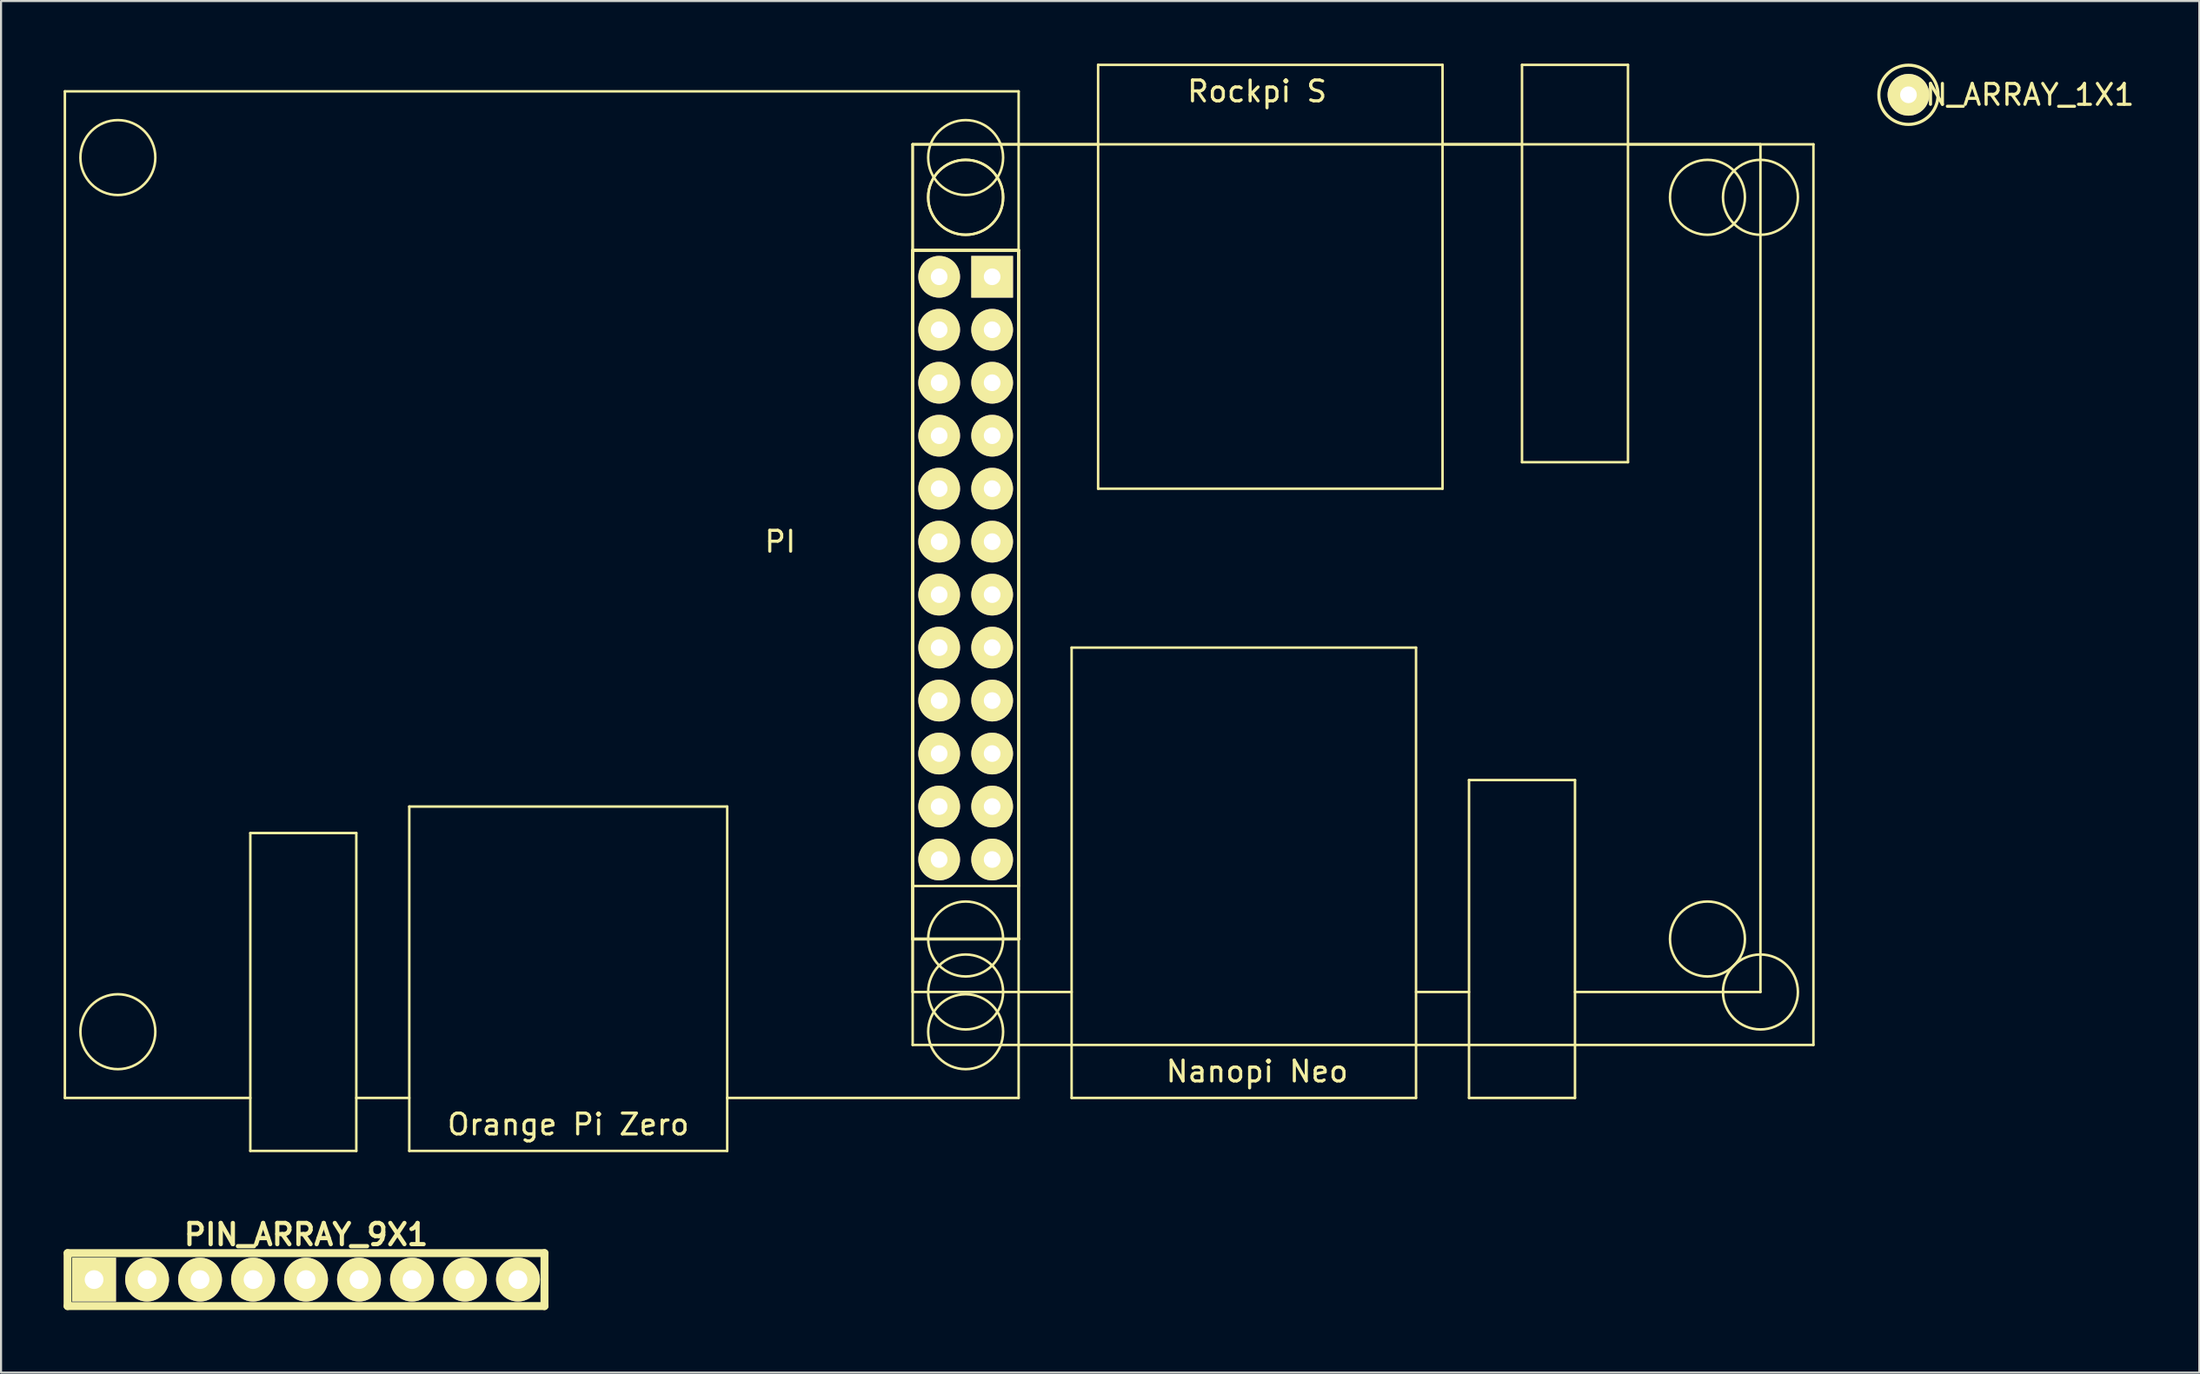
<source format=kicad_pcb>
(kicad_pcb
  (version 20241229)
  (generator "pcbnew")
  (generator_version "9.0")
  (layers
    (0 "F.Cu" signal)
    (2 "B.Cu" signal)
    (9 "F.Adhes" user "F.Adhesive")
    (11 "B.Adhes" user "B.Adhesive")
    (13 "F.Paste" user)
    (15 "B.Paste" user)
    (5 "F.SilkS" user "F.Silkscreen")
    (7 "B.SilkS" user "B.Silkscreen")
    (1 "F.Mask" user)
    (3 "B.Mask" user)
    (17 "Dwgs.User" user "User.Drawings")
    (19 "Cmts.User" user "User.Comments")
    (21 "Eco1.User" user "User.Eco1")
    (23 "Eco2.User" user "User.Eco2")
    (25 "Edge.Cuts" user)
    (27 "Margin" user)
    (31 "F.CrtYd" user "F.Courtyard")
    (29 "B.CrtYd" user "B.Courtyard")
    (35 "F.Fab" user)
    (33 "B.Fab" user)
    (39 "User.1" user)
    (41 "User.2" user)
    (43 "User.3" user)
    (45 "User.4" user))
  (footprint "PIN_ARRAY_9X1"
    (layer "F.Cu")
    (at 11.62 58.3)
    (property "Reference" "PIN_ARRAY_9X1" (at 0 -2.159 0) (layer "F.SilkS") (effects (font (size 1.016 1.016) (thickness 0.203))))
    (attr through_hole)
    (fp_line (start -11.43 -1.27) (end -11.43 1.27) (stroke (width 0.381) (type solid)) (layer "F.SilkS"))
    (fp_line (start -11.43 1.27) (end 11.43 1.27) (stroke (width 0.381) (type solid)) (layer "F.SilkS"))
    (fp_line (start 11.43 -1.27) (end -11.43 -1.27) (stroke (width 0.381) (type solid)) (layer "F.SilkS"))
    (fp_line (start 11.43 -1.27) (end 11.43 1.27) (stroke (width 0.381) (type solid)) (layer "F.SilkS"))
    (pad "1" thru_hole rect (at -10.16 0) (size 2.101 2.101) (drill 0.899) (layers "*.Cu" "*.Mask" "F.SilkS"))
    (pad "2" thru_hole circle (at -7.62 0) (size 2.101 2.101) (drill 0.899) (layers "*.Cu" "*.Mask" "F.SilkS"))
    (pad "3" thru_hole circle (at -5.08 0) (size 2.101 2.101) (drill 0.899) (layers "*.Cu" "*.Mask" "F.SilkS"))
    (pad "4" thru_hole circle (at -2.54 0) (size 2.101 2.101) (drill 0.899) (layers "*.Cu" "*.Mask" "F.SilkS"))
    (pad "5" thru_hole circle (at 0 0) (size 2.101 2.101) (drill 0.899) (layers "*.Cu" "*.Mask" "F.SilkS"))
    (pad "6" thru_hole circle (at 2.54 0) (size 2.101 2.101) (drill 0.899) (layers "*.Cu" "*.Mask" "F.SilkS"))
    (pad "7" thru_hole circle (at 5.08 0) (size 2.101 2.101) (drill 0.899) (layers "*.Cu" "*.Mask" "F.SilkS"))
    (pad "8" thru_hole circle (at 7.62 0) (size 2.101 2.101) (drill 0.899) (layers "*.Cu" "*.Mask" "F.SilkS"))
    (pad "9" thru_hole circle (at 10.16 0) (size 2.101 2.101) (drill 0.899) (layers "*.Cu" "*.Mask" "F.SilkS")))
  (footprint "PIN_ARRAY_1X1"
    (layer "F.Cu")
    (at 88.435 1.495)
    (property "Reference" "PIN_ARRAY_1X1" (at 5.08 0 0) (layer "F.SilkS") (effects (font (size 1 1) (thickness 0.15))))
    (attr through_hole)
    (fp_circle (center 0 0) (end 1.27 0.635) (stroke (width 0.15) (type solid)) (fill no) (layer "F.SilkS"))
    (pad "1" thru_hole circle (at 0 0) (size 2 2) (drill 0.8) (layers "*.Cu" "*.Mask" "F.SilkS")))
  (footprint "PI"
    (layer "F.Cu")
    (at 44.51 25.46)
    (property "Reference" "PI" (at -10.16 -2.54 180) (layer "F.SilkS") (effects (font (size 1 1) (thickness 0.15))))
    (attr through_hole)
    (fp_line (start -44.45 -24.13) (end -44.45 24.13) (stroke (width 0.12) (type solid)) (layer "F.SilkS"))
    (fp_line (start -35.56 11.43) (end -35.56 26.67) (stroke (width 0.12) (type solid)) (layer "F.SilkS"))
    (fp_line (start -35.56 24.13) (end -44.45 24.13) (stroke (width 0.12) (type solid)) (layer "F.SilkS"))
    (fp_line (start -30.48 11.43) (end -35.56 11.43) (stroke (width 0.12) (type solid)) (layer "F.SilkS"))
    (fp_line (start -30.48 11.43) (end -30.48 26.67) (stroke (width 0.12) (type solid)) (layer "F.SilkS"))
    (fp_line (start -30.48 26.67) (end -35.56 26.67) (stroke (width 0.12) (type solid)) (layer "F.SilkS"))
    (fp_line (start -27.94 10.16) (end -27.94 26.67) (stroke (width 0.12) (type solid)) (layer "F.SilkS"))
    (fp_line (start -27.94 24.13) (end -30.48 24.13) (stroke (width 0.12) (type solid)) (layer "F.SilkS"))
    (fp_line (start -12.7 10.16) (end -27.94 10.16) (stroke (width 0.12) (type solid)) (layer "F.SilkS"))
    (fp_line (start -12.7 10.16) (end -12.7 26.67) (stroke (width 0.12) (type solid)) (layer "F.SilkS"))
    (fp_line (start -12.7 26.67) (end -27.94 26.67) (stroke (width 0.12) (type solid)) (layer "F.SilkS"))
    (fp_line (start -3.81 -21.59) (end -3.81 -16.51) (stroke (width 0.12) (type solid)) (layer "F.SilkS"))
    (fp_line (start -3.81 -21.59) (end 5.08 -21.59) (stroke (width 0.12) (type solid)) (layer "F.SilkS"))
    (fp_line (start -3.81 -21.59) (end 36.83 -21.59) (stroke (width 0.12) (type solid)) (layer "F.SilkS"))
    (fp_line (start -3.81 -16.51) (end -3.81 16.51) (stroke (width 0.12) (type solid)) (layer "F.SilkS"))
    (fp_line (start -3.81 -16.51) (end 1.27 -16.51) (stroke (width 0.15) (type solid)) (layer "F.SilkS"))
    (fp_line (start -3.81 13.97) (end -3.81 -16.51) (stroke (width 0.12) (type solid)) (layer "F.SilkS"))
    (fp_line (start -3.81 16.51) (end -3.81 -16.51) (stroke (width 0.15) (type solid)) (layer "F.SilkS"))
    (fp_line (start -3.81 16.51) (end -3.81 21.59) (stroke (width 0.12) (type solid)) (layer "F.SilkS"))
    (fp_line (start -3.81 16.51) (end 1.27 16.51) (stroke (width 0.12) (type solid)) (layer "F.SilkS"))
    (fp_line (start -3.81 19.05) (end -3.81 -21.59) (stroke (width 0.12) (type solid)) (layer "F.SilkS"))
    (fp_line (start -3.81 21.59) (end 39.37 21.59) (stroke (width 0.12) (type solid)) (layer "F.SilkS"))
    (fp_line (start 1.27 -24.13) (end -44.45 -24.13) (stroke (width 0.12) (type solid)) (layer "F.SilkS"))
    (fp_line (start 1.27 -24.13) (end 1.27 -16.51) (stroke (width 0.12) (type solid)) (layer "F.SilkS"))
    (fp_line (start 1.27 -16.51) (end -3.81 -16.51) (stroke (width 0.12) (type solid)) (layer "F.SilkS"))
    (fp_line (start 1.27 -16.51) (end -3.81 -16.51) (stroke (width 0.12) (type solid)) (layer "F.SilkS"))
    (fp_line (start 1.27 -16.51) (end 1.27 13.97) (stroke (width 0.12) (type solid)) (layer "F.SilkS"))
    (fp_line (start 1.27 -16.51) (end 1.27 16.51) (stroke (width 0.15) (type solid)) (layer "F.SilkS"))
    (fp_line (start 1.27 13.97) (end -3.81 13.97) (stroke (width 0.12) (type solid)) (layer "F.SilkS"))
    (fp_line (start 1.27 16.51) (end -3.81 16.51) (stroke (width 0.15) (type solid)) (layer "F.SilkS"))
    (fp_line (start 1.27 16.51) (end 1.27 -16.51) (stroke (width 0.12) (type solid)) (layer "F.SilkS"))
    (fp_line (start 1.27 16.51) (end 1.27 24.13) (stroke (width 0.12) (type solid)) (layer "F.SilkS"))
    (fp_line (start 1.27 24.13) (end -12.7 24.13) (stroke (width 0.12) (type solid)) (layer "F.SilkS"))
    (fp_line (start 3.81 2.54) (end 3.81 24.13) (stroke (width 0.12) (type solid)) (layer "F.SilkS"))
    (fp_line (start 3.81 2.54) (end 20.32 2.54) (stroke (width 0.12) (type solid)) (layer "F.SilkS"))
    (fp_line (start 3.81 19.05) (end -3.81 19.05) (stroke (width 0.12) (type solid)) (layer "F.SilkS"))
    (fp_line (start 5.08 -25.4) (end 21.59 -25.4) (stroke (width 0.12) (type solid)) (layer "F.SilkS"))
    (fp_line (start 5.08 -5.08) (end 5.08 -25.4) (stroke (width 0.12) (type solid)) (layer "F.SilkS"))
    (fp_line (start 20.32 24.13) (end 3.81 24.13) (stroke (width 0.12) (type solid)) (layer "F.SilkS"))
    (fp_line (start 20.32 24.13) (end 20.32 2.54) (stroke (width 0.12) (type solid)) (layer "F.SilkS"))
    (fp_line (start 21.59 -25.4) (end 21.59 -5.08) (stroke (width 0.12) (type solid)) (layer "F.SilkS"))
    (fp_line (start 21.59 -5.08) (end 5.08 -5.08) (stroke (width 0.12) (type solid)) (layer "F.SilkS"))
    (fp_line (start 22.86 8.89) (end 22.86 24.13) (stroke (width 0.12) (type solid)) (layer "F.SilkS"))
    (fp_line (start 22.86 8.89) (end 27.94 8.89) (stroke (width 0.12) (type solid)) (layer "F.SilkS"))
    (fp_line (start 22.86 19.05) (end 20.32 19.05) (stroke (width 0.12) (type solid)) (layer "F.SilkS"))
    (fp_line (start 25.4 -25.4) (end 30.48 -25.4) (stroke (width 0.12) (type solid)) (layer "F.SilkS"))
    (fp_line (start 25.4 -21.59) (end 21.59 -21.59) (stroke (width 0.12) (type solid)) (layer "F.SilkS"))
    (fp_line (start 25.4 -6.35) (end 25.4 -25.4) (stroke (width 0.12) (type solid)) (layer "F.SilkS"))
    (fp_line (start 27.94 24.13) (end 22.86 24.13) (stroke (width 0.12) (type solid)) (layer "F.SilkS"))
    (fp_line (start 27.94 24.13) (end 27.94 8.89) (stroke (width 0.12) (type solid)) (layer "F.SilkS"))
    (fp_line (start 30.48 -25.4) (end 30.48 -6.35) (stroke (width 0.12) (type solid)) (layer "F.SilkS"))
    (fp_line (start 30.48 -21.59) (end 39.37 -21.59) (stroke (width 0.12) (type solid)) (layer "F.SilkS"))
    (fp_line (start 30.48 -6.35) (end 25.4 -6.35) (stroke (width 0.12) (type solid)) (layer "F.SilkS"))
    (fp_line (start 36.83 -21.59) (end 36.83 19.05) (stroke (width 0.12) (type solid)) (layer "F.SilkS"))
    (fp_line (start 36.83 19.05) (end 27.94 19.05) (stroke (width 0.12) (type solid)) (layer "F.SilkS"))
    (fp_line (start 39.37 -21.59) (end 39.37 21.59) (stroke (width 0.12) (type solid)) (layer "F.SilkS"))
    (fp_circle (center -41.91 -20.955) (end -40.64 -22.225) (stroke (width 0.12) (type solid)) (fill no) (layer "F.SilkS"))
    (fp_circle (center -41.91 20.955) (end -43.18 19.685) (stroke (width 0.12) (type solid)) (fill no) (layer "F.SilkS"))
    (fp_circle (center -1.27 -20.955) (end -2.54 -22.225) (stroke (width 0.12) (type solid)) (fill no) (layer "F.SilkS"))
    (fp_circle (center -1.27 -19.05) (end 0 -20.32) (stroke (width 0.12) (type solid)) (fill no) (layer "F.SilkS"))
    (fp_circle (center -1.27 -19.05) (end 0 -17.78) (stroke (width 0.12) (type solid)) (fill no) (layer "F.SilkS"))
    (fp_circle (center -1.27 16.51) (end -2.54 15.24) (stroke (width 0.12) (type solid)) (fill no) (layer "F.SilkS"))
    (fp_circle (center -1.27 19.05) (end 0 20.32) (stroke (width 0.12) (type solid)) (fill no) (layer "F.SilkS"))
    (fp_circle (center -1.27 20.955) (end -2.54 19.685) (stroke (width 0.12) (type solid)) (fill no) (layer "F.SilkS"))
    (fp_circle (center 34.29 -19.05) (end 33.02 -20.32) (stroke (width 0.12) (type solid)) (fill no) (layer "F.SilkS"))
    (fp_circle (center 34.29 16.51) (end 33.02 15.24) (stroke (width 0.12) (type solid)) (fill no) (layer "F.SilkS"))
    (fp_circle (center 36.83 -19.05) (end 38.1 -17.78) (stroke (width 0.12) (type solid)) (fill no) (layer "F.SilkS"))
    (fp_circle (center 36.83 19.05) (end 35.56 20.32) (stroke (width 0.12) (type solid)) (fill no) (layer "F.SilkS"))
    (fp_text user "Nanopi Neo" (at 12.7 22.86 0) (layer "F.SilkS") (effects (font (size 1 1) (thickness 0.15))))
    (fp_text user "Rockpi S" (at 12.7 -24.13 0) (layer "F.SilkS") (effects (font (size 1 1) (thickness 0.15))))
    (fp_text user "Orange Pi Zero" (at -20.32 25.4 0) (layer "F.SilkS") (effects (font (size 1 1) (thickness 0.15))))
    (pad "1" thru_hole rect (at 0 -15.24 270) (size 2 2) (drill 0.8) (layers "*.Cu" "*.Mask" "F.SilkS"))
    (pad "2" thru_hole circle (at -2.54 -15.24 270) (size 2 2) (drill 0.8) (layers "*.Cu" "*.Mask" "F.SilkS"))
    (pad "3" thru_hole circle (at 0 -12.7 270) (size 2 2) (drill 0.8) (layers "*.Cu" "*.Mask" "F.SilkS"))
    (pad "4" thru_hole circle (at -2.54 -12.7 270) (size 2 2) (drill 0.8) (layers "*.Cu" "*.Mask" "F.SilkS"))
    (pad "5" thru_hole circle (at 0 -10.16 270) (size 2 2) (drill 0.8) (layers "*.Cu" "*.Mask" "F.SilkS"))
    (pad "6" thru_hole circle (at -2.54 -10.16 270) (size 2 2) (drill 0.8) (layers "*.Cu" "*.Mask" "F.SilkS"))
    (pad "7" thru_hole circle (at 0 -7.62 270) (size 2 2) (drill 0.8) (layers "*.Cu" "*.Mask" "F.SilkS"))
    (pad "8" thru_hole circle (at -2.54 -7.62 270) (size 2 2) (drill 0.8) (layers "*.Cu" "*.Mask" "F.SilkS"))
    (pad "9" thru_hole circle (at 0 -5.08 270) (size 2 2) (drill 0.8) (layers "*.Cu" "*.Mask" "F.SilkS"))
    (pad "10" thru_hole circle (at -2.54 -5.08 270) (size 2 2) (drill 0.8) (layers "*.Cu" "*.Mask" "F.SilkS"))
    (pad "11" thru_hole circle (at 0 -2.54 270) (size 1.999 1.999) (drill 0.8) (layers "*.Cu" "*.Mask" "F.SilkS"))
    (pad "12" thru_hole circle (at -2.54 -2.54 270) (size 1.999 1.999) (drill 0.8) (layers "*.Cu" "*.Mask" "F.SilkS"))
    (pad "13" thru_hole circle (at 0 0 270) (size 1.999 1.999) (drill 0.8) (layers "*.Cu" "*.Mask" "F.SilkS"))
    (pad "14" thru_hole circle (at -2.54 0 270) (size 1.999 1.999) (drill 0.8) (layers "*.Cu" "*.Mask" "F.SilkS"))
    (pad "15" thru_hole circle (at 0 2.54 270) (size 1.999 1.999) (drill 0.8) (layers "*.Cu" "*.Mask" "F.SilkS"))
    (pad "16" thru_hole circle (at -2.54 2.54 270) (size 1.999 1.999) (drill 0.8) (layers "*.Cu" "*.Mask" "F.SilkS"))
    (pad "17" thru_hole circle (at 0 5.08) (size 1.999 1.999) (drill 0.8) (layers "*.Cu" "*.Mask" "F.SilkS"))
    (pad "18" thru_hole circle (at -2.54 5.08 270) (size 1.999 1.999) (drill 0.8) (layers "*.Cu" "*.Mask" "F.SilkS"))
    (pad "19" thru_hole circle (at 0 7.62 270) (size 1.999 1.999) (drill 0.8) (layers "*.Cu" "*.Mask" "F.SilkS"))
    (pad "20" thru_hole circle (at -2.54 7.62 270) (size 1.999 1.999) (drill 0.8) (layers "*.Cu" "*.Mask" "F.SilkS"))
    (pad "21" thru_hole circle (at 0 10.16 270) (size 1.999 1.999) (drill 0.8) (layers "*.Cu" "*.Mask" "F.SilkS"))
    (pad "22" thru_hole circle (at -2.54 10.16 270) (size 1.999 1.999) (drill 0.8) (layers "*.Cu" "*.Mask" "F.SilkS"))
    (pad "23" thru_hole circle (at 0 12.7 270) (size 1.999 1.999) (drill 0.8) (layers "*.Cu" "*.Mask" "F.SilkS"))
    (pad "24" thru_hole circle (at -2.54 12.7 270) (size 1.999 1.999) (drill 0.8) (layers "*.Cu" "*.Mask" "F.SilkS")))
  (gr_rect
    (start -3 -3)
    (end 102.378 62.76)
    (stroke (width 0.1) (type default))
    (fill no)
    (layer "Edge.Cuts")))
</source>
